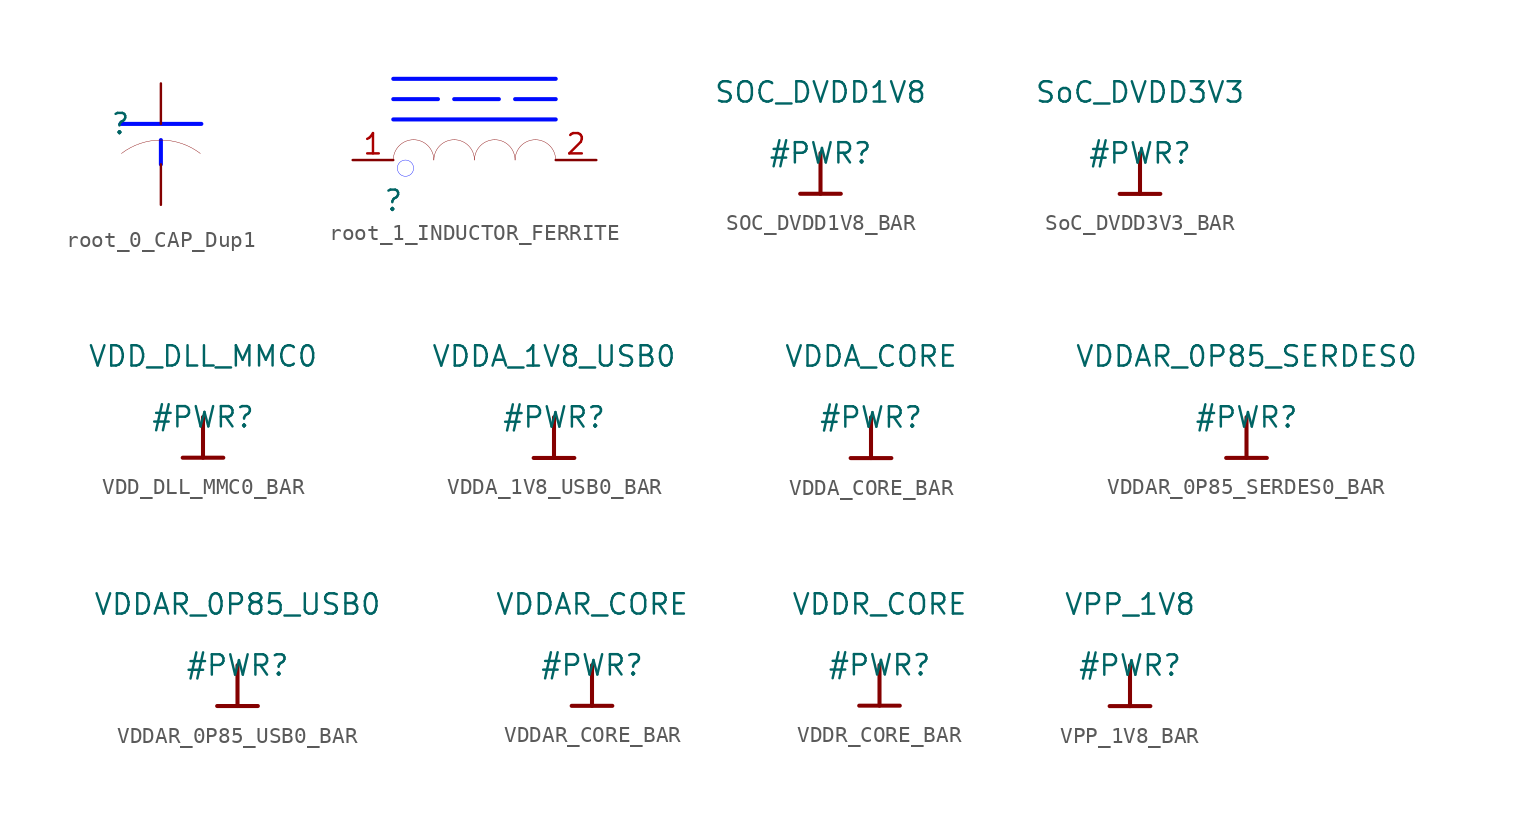
<source format=kicad_sym>
(kicad_symbol_lib
  (version 20231120)
  (generator "kicad_symbol_editor")
  (generator_version "8.0")
  (symbol "root_0_CAP_Dup1"
    (property "Reference" ""
      (at 0 0 0)
      (effects (font (size 1.27 1.27))))
    (property "Value" ""
      (at 0 0 0)
      (effects (font (size 1.27 1.27))))
    (symbol "root_0_CAP_Dup1_1_0"
      (polyline (pts (xy 0 0) (xy 5.08 0)) (stroke (width 0.254) (type solid) (color 0 11 255 1)) (fill (type none)))
      (polyline (pts (xy 2.54 -1.016) (xy 2.54 -2.54)) (stroke (width 0.254) (type solid) (color 0 11 255 1)) (fill (type none)))
      (arc (start 2.54 -1.016) (mid 1.2313 -1.2325) (end 0.0621 -1.8588) (stroke (width 0.0254) (type solid)) (fill (type none)))
      (arc (start 5.0179 -1.8588) (mid 3.8487 -1.2325) (end 2.54 -1.016) (stroke (width 0.0254) (type solid)) (fill (type none)))
      (pin passive line (at 2.54 2.54 270) (length 2.54) (name "1" (effects (font (size 0 0)))) (number "1" (effects (font (size 0 0)))))
      (pin passive line (at 2.54 -5.08 90) (length 2.54) (name "2" (effects (font (size 0 0)))) (number "2" (effects (font (size 0 0)))))))
  (symbol "root_1_INDUCTOR_FERRITE"
    (property "Reference" ""
      (at 0 0 0)
      (effects (font (size 1.27 1.27))))
    (property "Value" ""
      (at 0 0 0)
      (effects (font (size 1.27 1.27))))
    (symbol "root_1_INDUCTOR_FERRITE_1_0"
      (polyline (pts (xy 0 5.08) (xy 10.16 5.08)) (stroke (width 0.254) (type solid) (color 0 11 255 1)) (fill (type none)))
      (polyline (pts (xy 0 6.35) (xy 10.16 6.35)) (stroke (width 0.254) (type dash) (color 0 11 255 1)) (fill (type none)))
      (polyline (pts (xy 0 7.62) (xy 10.16 7.62)) (stroke (width 0.254) (type solid) (color 0 11 255 1)) (fill (type none)))
      (circle (center 0.762 2.032) (radius 0.508) (stroke (width 0.025) (type solid) (color 0 11 255 1)) (fill (type none)))
      (arc (start 1.27 3.81) (mid 0.372 3.438) (end 0 2.54) (stroke (width 0.0254) (type solid)) (fill (type none)))
      (arc (start 2.54 2.54) (mid 2.168 3.438) (end 1.27 3.81) (stroke (width 0.0254) (type solid)) (fill (type none)))
      (arc (start 3.81 3.81) (mid 2.912 3.438) (end 2.54 2.54) (stroke (width 0.0254) (type solid)) (fill (type none)))
      (arc (start 5.08 2.54) (mid 4.708 3.438) (end 3.81 3.81) (stroke (width 0.0254) (type solid)) (fill (type none)))
      (arc (start 6.35 3.81) (mid 5.452 3.438) (end 5.08 2.54) (stroke (width 0.0254) (type solid)) (fill (type none)))
      (arc (start 7.62 2.54) (mid 7.248 3.438) (end 6.35 3.81) (stroke (width 0.0254) (type solid)) (fill (type none)))
      (arc (start 8.89 3.81) (mid 7.992 3.438) (end 7.62 2.54) (stroke (width 0.0254) (type solid)) (fill (type none)))
      (arc (start 10.16 2.54) (mid 9.788 3.438) (end 8.89 3.81) (stroke (width 0.0254) (type solid)) (fill (type none)))
      (pin passive line (at -2.54 2.54 0) (length 2.54) (name "1" (effects (font (size 0 0)))) (number "1" (effects (font (size 1.27 1.27)))))
      (pin passive line (at 12.7 2.54 180) (length 2.54) (name "2" (effects (font (size 0 0)))) (number "2" (effects (font (size 1.27 1.27)))))))
  (symbol "SOC_DVDD1V8_BAR"
    (power)
    (property "Reference" "#PWR"
      (at 0 0 0)
      (effects (font (size 1.27 1.27))))
    (property "Value" "SOC_DVDD1V8"
      (at 0 3.81 0)
      (effects (font (size 1.27 1.27))))
    (symbol "SOC_DVDD1V8_BAR_0_0"
      (polyline (pts (xy -1.27 -2.54) (xy 1.27 -2.54)) (stroke (width 0.254) (type solid)) (fill (type none)))
      (polyline (pts (xy 0 0) (xy 0 -2.54)) (stroke (width 0.254) (type solid)) (fill (type none)))
      (pin power_in line (at 0 0 0) (length 0) hide (name "SOC_DVDD1V8" (effects (font (size 1.27 1.27)))) (number "" (effects (font (size 1.27 1.27)))))))
  (symbol "SoC_DVDD3V3_BAR"
    (power)
    (property "Reference" "#PWR"
      (at 0 0 0)
      (effects (font (size 1.27 1.27))))
    (property "Value" "SoC_DVDD3V3"
      (at 0 3.81 0)
      (effects (font (size 1.27 1.27))))
    (symbol "SoC_DVDD3V3_BAR_0_0"
      (polyline (pts (xy -1.27 -2.54) (xy 1.27 -2.54)) (stroke (width 0.254) (type solid)) (fill (type none)))
      (polyline (pts (xy 0 0) (xy 0 -2.54)) (stroke (width 0.254) (type solid)) (fill (type none)))
      (pin power_in line (at 0 0 0) (length 0) hide (name "SoC_DVDD3V3" (effects (font (size 1.27 1.27)))) (number "" (effects (font (size 1.27 1.27)))))))
  (symbol "VDD_DLL_MMC0_BAR"
    (power)
    (property "Reference" "#PWR"
      (at 0 0 0)
      (effects (font (size 1.27 1.27))))
    (property "Value" "VDD_DLL_MMC0"
      (at 0 3.81 0)
      (effects (font (size 1.27 1.27))))
    (symbol "VDD_DLL_MMC0_BAR_0_0"
      (polyline (pts (xy -1.27 -2.54) (xy 1.27 -2.54)) (stroke (width 0.254) (type solid)) (fill (type none)))
      (polyline (pts (xy 0 0) (xy 0 -2.54)) (stroke (width 0.254) (type solid)) (fill (type none)))
      (pin power_in line (at 0 0 0) (length 0) hide (name "VDD_DLL_MMC0" (effects (font (size 1.27 1.27)))) (number "" (effects (font (size 1.27 1.27)))))))
  (symbol "VDDA_1V8_USB0_BAR"
    (power)
    (property "Reference" "#PWR"
      (at 0 0 0)
      (effects (font (size 1.27 1.27))))
    (property "Value" "VDDA_1V8_USB0"
      (at 0 3.81 0)
      (effects (font (size 1.27 1.27))))
    (symbol "VDDA_1V8_USB0_BAR_0_0"
      (polyline (pts (xy -1.27 -2.54) (xy 1.27 -2.54)) (stroke (width 0.254) (type solid)) (fill (type none)))
      (polyline (pts (xy 0 0) (xy 0 -2.54)) (stroke (width 0.254) (type solid)) (fill (type none)))
      (pin power_in line (at 0 0 0) (length 0) hide (name "VDDA_1V8_USB0" (effects (font (size 1.27 1.27)))) (number "" (effects (font (size 1.27 1.27)))))))
  (symbol "VDDA_CORE_BAR"
    (power)
    (property "Reference" "#PWR"
      (at 0 0 0)
      (effects (font (size 1.27 1.27))))
    (property "Value" "VDDA_CORE"
      (at 0 3.81 0)
      (effects (font (size 1.27 1.27))))
    (symbol "VDDA_CORE_BAR_0_0"
      (polyline (pts (xy -1.27 -2.54) (xy 1.27 -2.54)) (stroke (width 0.254) (type solid)) (fill (type none)))
      (polyline (pts (xy 0 0) (xy 0 -2.54)) (stroke (width 0.254) (type solid)) (fill (type none)))
      (pin power_in line (at 0 0 0) (length 0) hide (name "VDDA_CORE" (effects (font (size 1.27 1.27)))) (number "" (effects (font (size 1.27 1.27)))))))
  (symbol "VDDAR_0P85_SERDES0_BAR"
    (power)
    (property "Reference" "#PWR"
      (at 0 0 0)
      (effects (font (size 1.27 1.27))))
    (property "Value" "VDDAR_0P85_SERDES0"
      (at 0 3.81 0)
      (effects (font (size 1.27 1.27))))
    (symbol "VDDAR_0P85_SERDES0_BAR_0_0"
      (polyline (pts (xy -1.27 -2.54) (xy 1.27 -2.54)) (stroke (width 0.254) (type solid)) (fill (type none)))
      (polyline (pts (xy 0 0) (xy 0 -2.54)) (stroke (width 0.254) (type solid)) (fill (type none)))
      (pin power_in line (at 0 0 0) (length 0) hide (name "VDDAR_0P85_SERDES0" (effects (font (size 1.27 1.27)))) (number "" (effects (font (size 1.27 1.27)))))))
  (symbol "VDDAR_0P85_USB0_BAR"
    (power)
    (property "Reference" "#PWR"
      (at 0 0 0)
      (effects (font (size 1.27 1.27))))
    (property "Value" "VDDAR_0P85_USB0"
      (at 0 3.81 0)
      (effects (font (size 1.27 1.27))))
    (symbol "VDDAR_0P85_USB0_BAR_0_0"
      (polyline (pts (xy -1.27 -2.54) (xy 1.27 -2.54)) (stroke (width 0.254) (type solid)) (fill (type none)))
      (polyline (pts (xy 0 0) (xy 0 -2.54)) (stroke (width 0.254) (type solid)) (fill (type none)))
      (pin power_in line (at 0 0 0) (length 0) hide (name "VDDAR_0P85_USB0" (effects (font (size 1.27 1.27)))) (number "" (effects (font (size 1.27 1.27)))))))
  (symbol "VDDAR_CORE_BAR"
    (power)
    (property "Reference" "#PWR"
      (at 0 0 0)
      (effects (font (size 1.27 1.27))))
    (property "Value" "VDDAR_CORE"
      (at 0 3.81 0)
      (effects (font (size 1.27 1.27))))
    (symbol "VDDAR_CORE_BAR_0_0"
      (polyline (pts (xy -1.27 -2.54) (xy 1.27 -2.54)) (stroke (width 0.254) (type solid)) (fill (type none)))
      (polyline (pts (xy 0 0) (xy 0 -2.54)) (stroke (width 0.254) (type solid)) (fill (type none)))
      (pin power_in line (at 0 0 0) (length 0) hide (name "VDDAR_CORE" (effects (font (size 1.27 1.27)))) (number "" (effects (font (size 1.27 1.27)))))))
  (symbol "VDDR_CORE_BAR"
    (power)
    (property "Reference" "#PWR"
      (at 0 0 0)
      (effects (font (size 1.27 1.27))))
    (property "Value" "VDDR_CORE"
      (at 0 3.81 0)
      (effects (font (size 1.27 1.27))))
    (symbol "VDDR_CORE_BAR_0_0"
      (polyline (pts (xy -1.27 -2.54) (xy 1.27 -2.54)) (stroke (width 0.254) (type solid)) (fill (type none)))
      (polyline (pts (xy 0 0) (xy 0 -2.54)) (stroke (width 0.254) (type solid)) (fill (type none)))
      (pin power_in line (at 0 0 0) (length 0) hide (name "VDDR_CORE" (effects (font (size 1.27 1.27)))) (number "" (effects (font (size 1.27 1.27)))))))
  (symbol "VPP_1V8_BAR"
    (power)
    (property "Reference" "#PWR"
      (at 0 0 0)
      (effects (font (size 1.27 1.27))))
    (property "Value" "VPP_1V8"
      (at 0 3.81 0)
      (effects (font (size 1.27 1.27))))
    (symbol "VPP_1V8_BAR_0_0"
      (polyline (pts (xy -1.27 -2.54) (xy 1.27 -2.54)) (stroke (width 0.254) (type solid)) (fill (type none)))
      (polyline (pts (xy 0 0) (xy 0 -2.54)) (stroke (width 0.254) (type solid)) (fill (type none)))
      (pin power_in line (at 0 0 0) (length 0) hide (name "VPP_1V8" (effects (font (size 1.27 1.27)))) (number "" (effects (font (size 1.27 1.27))))))))
</source>
